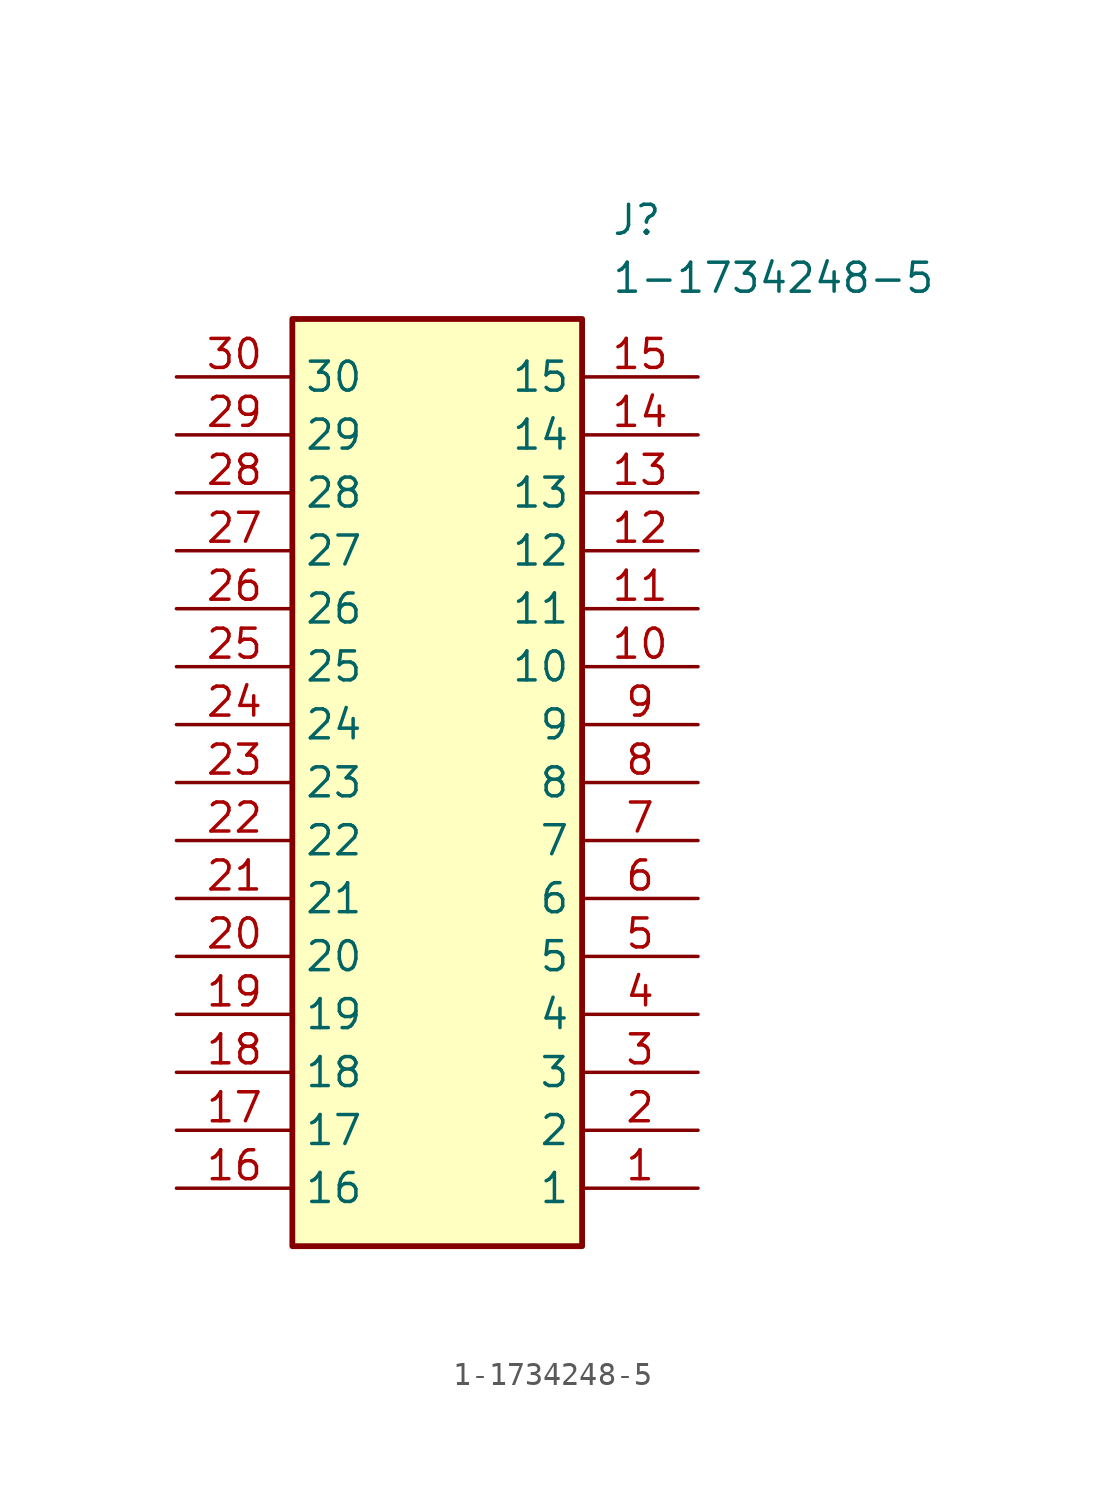
<source format=kicad_sym>
(kicad_symbol_lib
  (version 20211014)
  (generator SamacSys_ECAD_Model)
  (symbol "1-1734248-5"
    (property "Reference" "J"
      (at 19.05 7.62 0)
      (effects (font (size 1.27 1.27)) (justify left top)))
    (property "Value" "1-1734248-5"
      (at 19.05 5.08 0)
      (effects (font (size 1.27 1.27)) (justify left top)))
    (rectangle
      (start 5.08 2.54)
      (end 17.78 -38.1)
      (stroke (width 0.254) (type default))
      (fill (type background)))
    (pin passive line
      (at 22.86 -35.56 180)
      (length 5.08)
      (name "1" (effects (font (size 1.27 1.27))))
      (number "1" (effects (font (size 1.27 1.27)))))
    (pin passive line
      (at 22.86 -33.02 180)
      (length 5.08)
      (name "2" (effects (font (size 1.27 1.27))))
      (number "2" (effects (font (size 1.27 1.27)))))
    (pin passive line
      (at 22.86 -30.48 180)
      (length 5.08)
      (name "3" (effects (font (size 1.27 1.27))))
      (number "3" (effects (font (size 1.27 1.27)))))
    (pin passive line
      (at 22.86 -27.94 180)
      (length 5.08)
      (name "4" (effects (font (size 1.27 1.27))))
      (number "4" (effects (font (size 1.27 1.27)))))
    (pin passive line
      (at 22.86 -25.4 180)
      (length 5.08)
      (name "5" (effects (font (size 1.27 1.27))))
      (number "5" (effects (font (size 1.27 1.27)))))
    (pin passive line
      (at 22.86 -22.86 180)
      (length 5.08)
      (name "6" (effects (font (size 1.27 1.27))))
      (number "6" (effects (font (size 1.27 1.27)))))
    (pin passive line
      (at 22.86 -20.32 180)
      (length 5.08)
      (name "7" (effects (font (size 1.27 1.27))))
      (number "7" (effects (font (size 1.27 1.27)))))
    (pin passive line
      (at 22.86 -17.78 180)
      (length 5.08)
      (name "8" (effects (font (size 1.27 1.27))))
      (number "8" (effects (font (size 1.27 1.27)))))
    (pin passive line
      (at 22.86 -15.24 180)
      (length 5.08)
      (name "9" (effects (font (size 1.27 1.27))))
      (number "9" (effects (font (size 1.27 1.27)))))
    (pin passive line
      (at 22.86 -12.7 180)
      (length 5.08)
      (name "10" (effects (font (size 1.27 1.27))))
      (number "10" (effects (font (size 1.27 1.27)))))
    (pin passive line
      (at 22.86 -10.16 180)
      (length 5.08)
      (name "11" (effects (font (size 1.27 1.27))))
      (number "11" (effects (font (size 1.27 1.27)))))
    (pin passive line
      (at 22.86 -7.62 180)
      (length 5.08)
      (name "12" (effects (font (size 1.27 1.27))))
      (number "12" (effects (font (size 1.27 1.27)))))
    (pin passive line
      (at 22.86 -5.08 180)
      (length 5.08)
      (name "13" (effects (font (size 1.27 1.27))))
      (number "13" (effects (font (size 1.27 1.27)))))
    (pin passive line
      (at 22.86 -2.54 180)
      (length 5.08)
      (name "14" (effects (font (size 1.27 1.27))))
      (number "14" (effects (font (size 1.27 1.27)))))
    (pin passive line
      (at 22.86 0 180)
      (length 5.08)
      (name "15" (effects (font (size 1.27 1.27))))
      (number "15" (effects (font (size 1.27 1.27)))))
    (pin passive line
      (at 0 -35.56 0)
      (length 5.08)
      (name "16" (effects (font (size 1.27 1.27))))
      (number "16" (effects (font (size 1.27 1.27)))))
    (pin passive line
      (at 0 -33.02 0)
      (length 5.08)
      (name "17" (effects (font (size 1.27 1.27))))
      (number "17" (effects (font (size 1.27 1.27)))))
    (pin passive line
      (at 0 -30.48 0)
      (length 5.08)
      (name "18" (effects (font (size 1.27 1.27))))
      (number "18" (effects (font (size 1.27 1.27)))))
    (pin passive line
      (at 0 -27.94 0)
      (length 5.08)
      (name "19" (effects (font (size 1.27 1.27))))
      (number "19" (effects (font (size 1.27 1.27)))))
    (pin passive line
      (at 0 -25.4 0)
      (length 5.08)
      (name "20" (effects (font (size 1.27 1.27))))
      (number "20" (effects (font (size 1.27 1.27)))))
    (pin passive line
      (at 0 -22.86 0)
      (length 5.08)
      (name "21" (effects (font (size 1.27 1.27))))
      (number "21" (effects (font (size 1.27 1.27)))))
    (pin passive line
      (at 0 -20.32 0)
      (length 5.08)
      (name "22" (effects (font (size 1.27 1.27))))
      (number "22" (effects (font (size 1.27 1.27)))))
    (pin passive line
      (at 0 -17.78 0)
      (length 5.08)
      (name "23" (effects (font (size 1.27 1.27))))
      (number "23" (effects (font (size 1.27 1.27)))))
    (pin passive line
      (at 0 -15.24 0)
      (length 5.08)
      (name "24" (effects (font (size 1.27 1.27))))
      (number "24" (effects (font (size 1.27 1.27)))))
    (pin passive line
      (at 0 -12.7 0)
      (length 5.08)
      (name "25" (effects (font (size 1.27 1.27))))
      (number "25" (effects (font (size 1.27 1.27)))))
    (pin passive line
      (at 0 -10.16 0)
      (length 5.08)
      (name "26" (effects (font (size 1.27 1.27))))
      (number "26" (effects (font (size 1.27 1.27)))))
    (pin passive line
      (at 0 -7.62 0)
      (length 5.08)
      (name "27" (effects (font (size 1.27 1.27))))
      (number "27" (effects (font (size 1.27 1.27)))))
    (pin passive line
      (at 0 -5.08 0)
      (length 5.08)
      (name "28" (effects (font (size 1.27 1.27))))
      (number "28" (effects (font (size 1.27 1.27)))))
    (pin passive line
      (at 0 -2.54 0)
      (length 5.08)
      (name "29" (effects (font (size 1.27 1.27))))
      (number "29" (effects (font (size 1.27 1.27)))))
    (pin passive line
      (at 0 0 0)
      (length 5.08)
      (name "30" (effects (font (size 1.27 1.27))))
      (number "30" (effects (font (size 1.27 1.27)))))))
</source>
